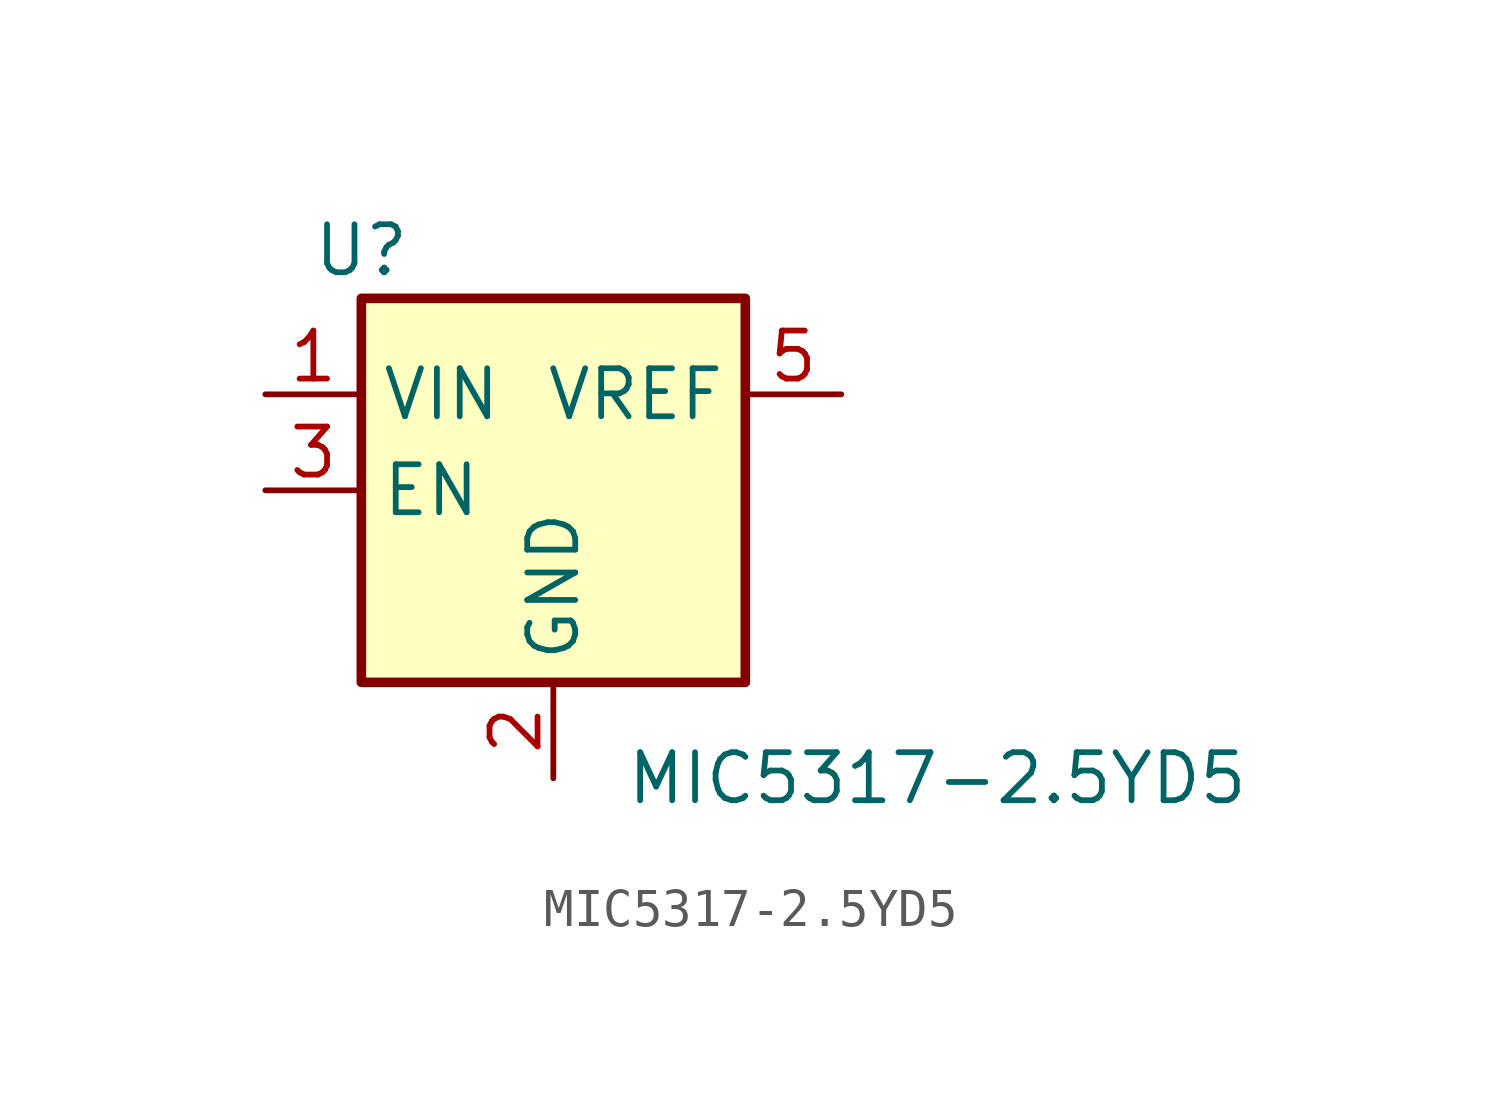
<source format=kicad_sym>
(kicad_symbol_lib
  (version 20220914)
  (generator kicad_symbol_editor)
  (symbol "MIC5317-2.5YD5"
    (property "Reference" "U"
      (at -5.08 6.35 0)
      (effects (font (size 1.27 1.27))))
    (property "Value" "MIC5317-2.5YD5"
      (at 10.16 -7.62 0)
      (effects (font (size 1.27 1.27))))
    (symbol "MIC5317-2.5YD5_0_1"
      (rectangle (start -5.08 5.08) (end 5.08 -5.08) (stroke (width 0.254) (type default)) (fill (type background))))
    (symbol "MIC5317-2.5YD5_1_1"
      (pin power_in line (at -7.62 2.54 0) (length 2.54) (name "VIN" (effects (font (size 1.27 1.27)))) (number "1" (effects (font (size 1.27 1.27)))))
      (pin power_in line (at 0 -7.62 90) (length 2.54) (name "GND" (effects (font (size 1.27 1.27)))) (number "2" (effects (font (size 1.27 1.27)))))
      (pin input line (at -7.62 0 0) (length 2.54) (name "EN" (effects (font (size 1.27 1.27)))) (number "3" (effects (font (size 1.27 1.27)))))
      (pin no_connect line (at 5.08 0 180) (length 2.54) hide (name "NC" (effects (font (size 1.27 1.27)))) (number "4" (effects (font (size 1.27 1.27)))))
      (pin power_out line (at 7.62 2.54 180) (length 2.54) (name "VREF" (effects (font (size 1.27 1.27)))) (number "5" (effects (font (size 1.27 1.27))))))))
</source>
